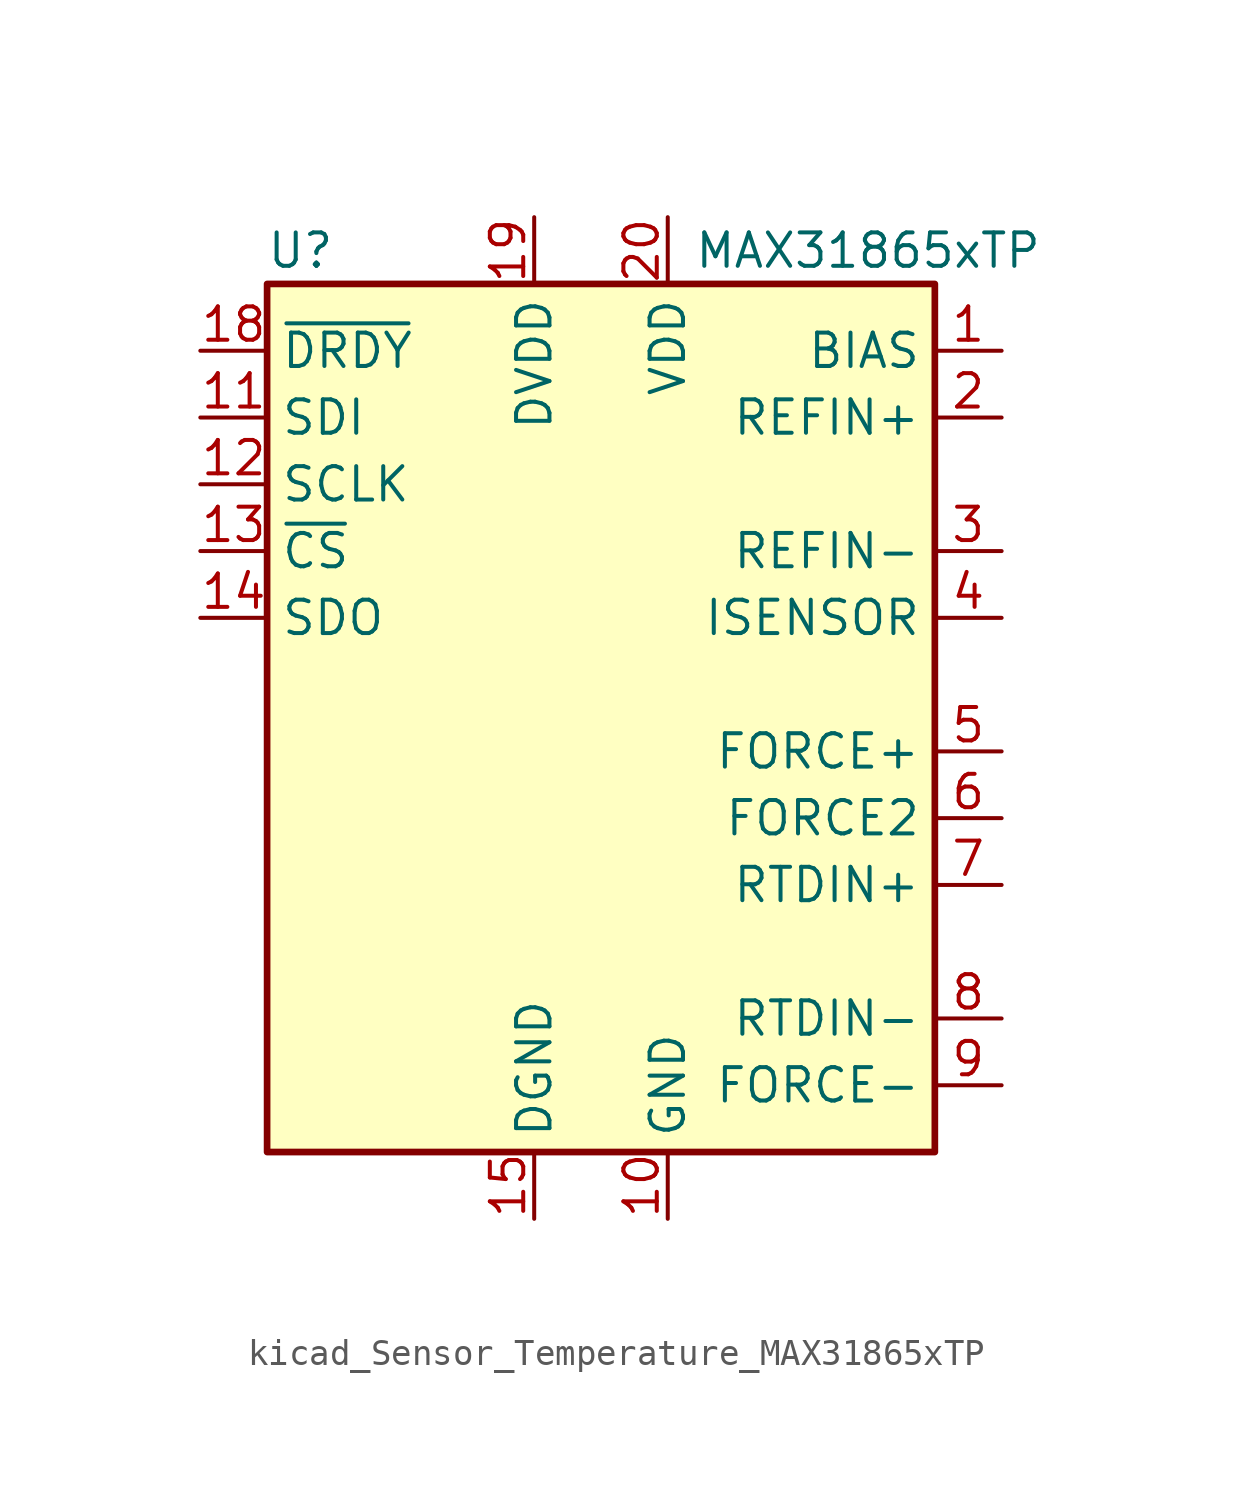
<source format=kicad_sym>
(kicad_symbol_lib
  (version 20220914)
  (generator kicad_symbol_editor)
  (symbol "kicad_Sensor_Temperature_MAX31865xTP"
    (property "Reference" "U"
      (at -11.43 19.05 0)
      (effects (font (size 1.27 1.27))))
    (property "Value" "MAX31865xTP"
      (at 10.16 19.05 0)
      (effects (font (size 1.27 1.27))))
    (symbol "kicad_Sensor_Temperature_MAX31865xTP_0_1"
      (rectangle (start -12.7 17.78) (end 12.7 -15.24) (stroke (width 0.254) (type default)) (fill (type background))))
    (symbol "kicad_Sensor_Temperature_MAX31865xTP_1_1"
      (pin power_out line (at 15.24 15.24 180) (length 2.54) (name "BIAS" (effects (font (size 1.27 1.27)))) (number "1" (effects (font (size 1.27 1.27)))))
      (pin power_in line (at 2.54 -17.78 90) (length 2.54) (name "GND" (effects (font (size 1.27 1.27)))) (number "10" (effects (font (size 1.27 1.27)))))
      (pin input line (at -15.24 12.7 0) (length 2.54) (name "SDI" (effects (font (size 1.27 1.27)))) (number "11" (effects (font (size 1.27 1.27)))))
      (pin input line (at -15.24 10.16 0) (length 2.54) (name "SCLK" (effects (font (size 1.27 1.27)))) (number "12" (effects (font (size 1.27 1.27)))))
      (pin input line (at -15.24 7.62 0) (length 2.54) (name "~{CS}" (effects (font (size 1.27 1.27)))) (number "13" (effects (font (size 1.27 1.27)))))
      (pin tri_state line (at -15.24 5.08 0) (length 2.54) (name "SDO" (effects (font (size 1.27 1.27)))) (number "14" (effects (font (size 1.27 1.27)))))
      (pin power_in line (at -2.54 -17.78 90) (length 2.54) (name "DGND" (effects (font (size 1.27 1.27)))) (number "15" (effects (font (size 1.27 1.27)))))
      (pin passive line (at 2.54 -17.78 90) (length 2.54) hide (name "GND" (effects (font (size 1.27 1.27)))) (number "16" (effects (font (size 1.27 1.27)))))
      (pin no_connect line (at -12.7 -2.54 0) (length 2.54) hide (name "NC" (effects (font (size 1.27 1.27)))) (number "17" (effects (font (size 1.27 1.27)))))
      (pin output line (at -15.24 15.24 0) (length 2.54) (name "~{DRDY}" (effects (font (size 1.27 1.27)))) (number "18" (effects (font (size 1.27 1.27)))))
      (pin power_in line (at -2.54 20.32 270) (length 2.54) (name "DVDD" (effects (font (size 1.27 1.27)))) (number "19" (effects (font (size 1.27 1.27)))))
      (pin input line (at 15.24 12.7 180) (length 2.54) (name "REFIN+" (effects (font (size 1.27 1.27)))) (number "2" (effects (font (size 1.27 1.27)))))
      (pin power_in line (at 2.54 20.32 270) (length 2.54) (name "VDD" (effects (font (size 1.27 1.27)))) (number "20" (effects (font (size 1.27 1.27)))))
      (pin passive line (at 2.54 -17.78 90) (length 2.54) hide (name "GND" (effects (font (size 1.27 1.27)))) (number "21" (effects (font (size 1.27 1.27)))))
      (pin input line (at 15.24 7.62 180) (length 2.54) (name "REFIN-" (effects (font (size 1.27 1.27)))) (number "3" (effects (font (size 1.27 1.27)))))
      (pin passive line (at 15.24 5.08 180) (length 2.54) (name "ISENSOR" (effects (font (size 1.27 1.27)))) (number "4" (effects (font (size 1.27 1.27)))))
      (pin passive line (at 15.24 0 180) (length 2.54) (name "FORCE+" (effects (font (size 1.27 1.27)))) (number "5" (effects (font (size 1.27 1.27)))))
      (pin input line (at 15.24 -2.54 180) (length 2.54) (name "FORCE2" (effects (font (size 1.27 1.27)))) (number "6" (effects (font (size 1.27 1.27)))))
      (pin input line (at 15.24 -5.08 180) (length 2.54) (name "RTDIN+" (effects (font (size 1.27 1.27)))) (number "7" (effects (font (size 1.27 1.27)))))
      (pin input line (at 15.24 -10.16 180) (length 2.54) (name "RTDIN-" (effects (font (size 1.27 1.27)))) (number "8" (effects (font (size 1.27 1.27)))))
      (pin power_out line (at 15.24 -12.7 180) (length 2.54) (name "FORCE-" (effects (font (size 1.27 1.27)))) (number "9" (effects (font (size 1.27 1.27))))))))
</source>
